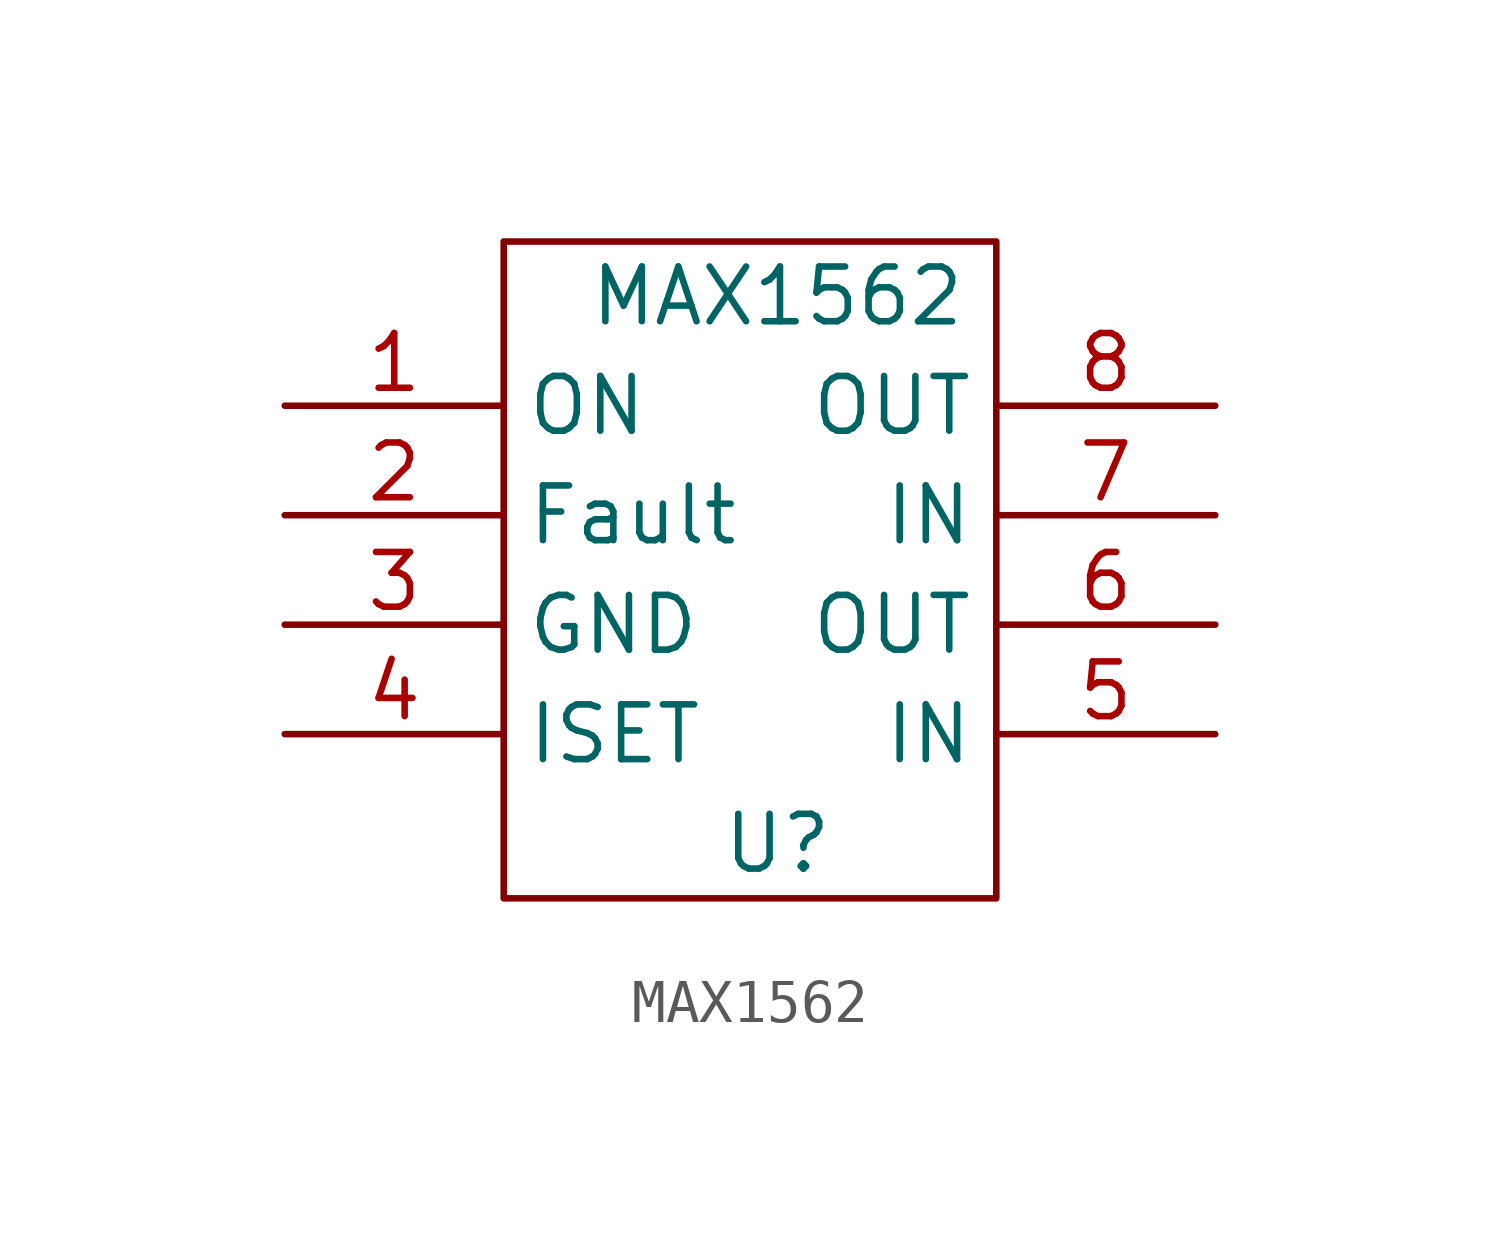
<source format=kicad_sym>
(kicad_symbol_lib
  (version 20220914)
  (generator kicad_symbol_editor)
  (symbol "MAX1562"
    (property "Reference" "U"
      (at 0 -6.35 0)
      (effects (font (size 1.27 1.27))))
    (property "Value" "MAX1562"
      (at 0 6.35 0)
      (effects (font (size 1.27 1.27))))
    (symbol "MAX1562_0_1"
      (rectangle (start -6.35 7.62) (end 5.08 -7.62) (stroke (width 0.152) (type default)) (fill (type none))))
    (symbol "MAX1562_1_1"
      (pin input line (at -11.43 3.81 0) (length 5.08) (name "ON" (effects (font (size 1.27 1.27)))) (number "1" (effects (font (size 1.27 1.27)))))
      (pin input line (at -11.43 1.27 0) (length 5.08) (name "Fault" (effects (font (size 1.27 1.27)))) (number "2" (effects (font (size 1.27 1.27)))))
      (pin power_in line (at -11.43 -1.27 0) (length 5.08) (name "GND" (effects (font (size 1.27 1.27)))) (number "3" (effects (font (size 1.27 1.27)))))
      (pin input line (at -11.43 -3.81 0) (length 5.08) (name "ISET" (effects (font (size 1.27 1.27)))) (number "4" (effects (font (size 1.27 1.27)))))
      (pin power_in line (at 10.16 -3.81 180) (length 5.08) (name "IN" (effects (font (size 1.27 1.27)))) (number "5" (effects (font (size 1.27 1.27)))))
      (pin power_out line (at 10.16 -1.27 180) (length 5.08) (name "OUT" (effects (font (size 1.27 1.27)))) (number "6" (effects (font (size 1.27 1.27)))))
      (pin power_in line (at 10.16 1.27 180) (length 5.08) (name "IN" (effects (font (size 1.27 1.27)))) (number "7" (effects (font (size 1.27 1.27)))))
      (pin power_out line (at 10.16 3.81 180) (length 5.08) (name "OUT" (effects (font (size 1.27 1.27)))) (number "8" (effects (font (size 1.27 1.27))))))))
</source>
